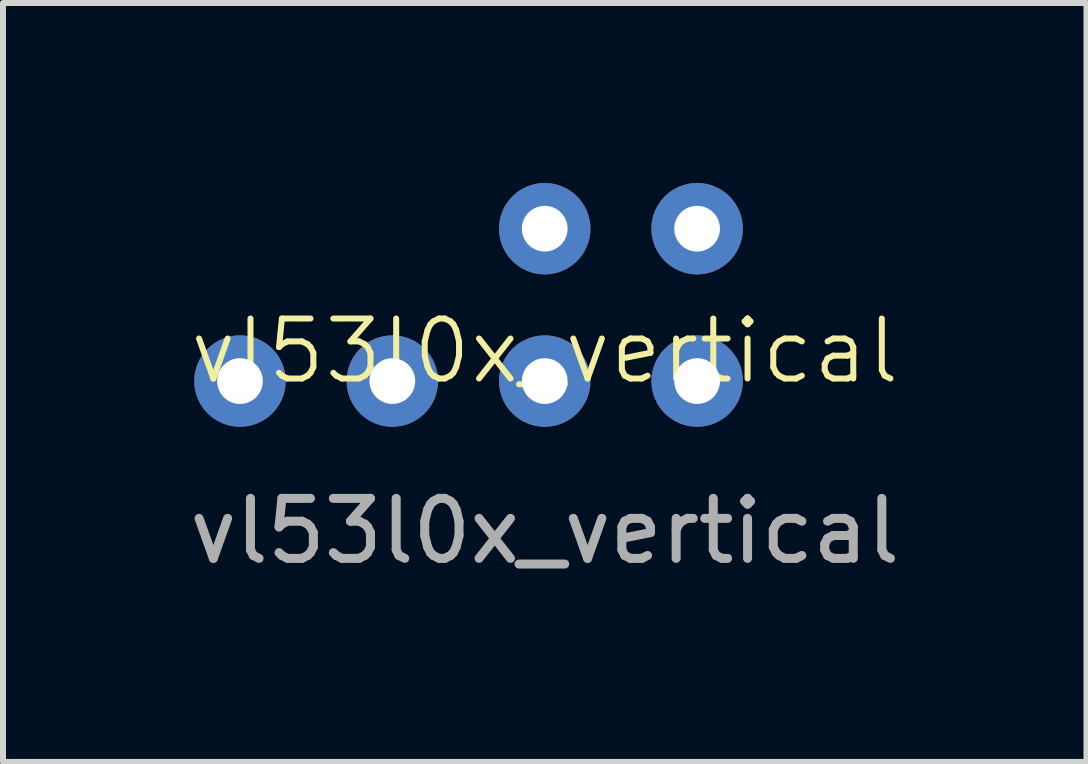
<source format=kicad_pcb>
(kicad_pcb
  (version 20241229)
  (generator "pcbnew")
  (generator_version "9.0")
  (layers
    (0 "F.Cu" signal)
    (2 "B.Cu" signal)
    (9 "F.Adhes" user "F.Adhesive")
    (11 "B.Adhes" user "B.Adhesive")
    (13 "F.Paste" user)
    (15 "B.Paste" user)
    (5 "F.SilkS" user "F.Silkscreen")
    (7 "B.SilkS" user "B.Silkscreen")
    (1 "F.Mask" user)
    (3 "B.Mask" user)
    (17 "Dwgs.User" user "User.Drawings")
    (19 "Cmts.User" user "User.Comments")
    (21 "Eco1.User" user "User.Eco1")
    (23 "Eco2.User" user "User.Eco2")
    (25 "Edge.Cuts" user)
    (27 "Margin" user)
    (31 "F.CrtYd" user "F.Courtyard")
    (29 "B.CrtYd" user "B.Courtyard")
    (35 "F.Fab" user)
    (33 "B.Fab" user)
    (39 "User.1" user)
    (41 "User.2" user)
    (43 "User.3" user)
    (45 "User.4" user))
  (footprint "vl53l0x_vertical"
    (layer "F.Cu")
    (at 6.03 3.302)
    (property "Reference" "vl53l0x_vertical" (at 0 -0.5 0) (unlocked yes) (layer "F.SilkS") (effects (font (size 1 1) (thickness 0.1))))
    (attr through_hole)
    (fp_text user "${REFERENCE}" (at 0 2.5 0) (unlocked yes) (layer "F.Fab") (effects (font (size 1 1) (thickness 0.15))))
    (pad "1" thru_hole circle (at -5.08 0) (size 1.524 1.524) (drill 0.762) (layers "*.Cu" "*.Mask"))
    (pad "2" thru_hole circle (at -2.54 0) (size 1.524 1.524) (drill 0.762) (layers "*.Cu" "*.Mask"))
    (pad "3" thru_hole circle (at 0 0) (size 1.524 1.524) (drill 0.762) (layers "*.Cu" "*.Mask"))
    (pad "4" thru_hole circle (at 2.54 0) (size 1.524 1.524) (drill 0.762) (layers "*.Cu" "*.Mask"))
    (pad "5" thru_hole circle (at 0 -2.54) (size 1.524 1.524) (drill 0.762) (layers "*.Cu" "*.Mask"))
    (pad "6" thru_hole circle (at 2.54 -2.54) (size 1.524 1.524) (drill 0.762) (layers "*.Cu" "*.Mask")))
  (gr_rect
    (start -3 -3)
    (end 15.06 9.65)
    (stroke (width 0.1) (type default))
    (fill no)
    (layer "Edge.Cuts")))
</source>
